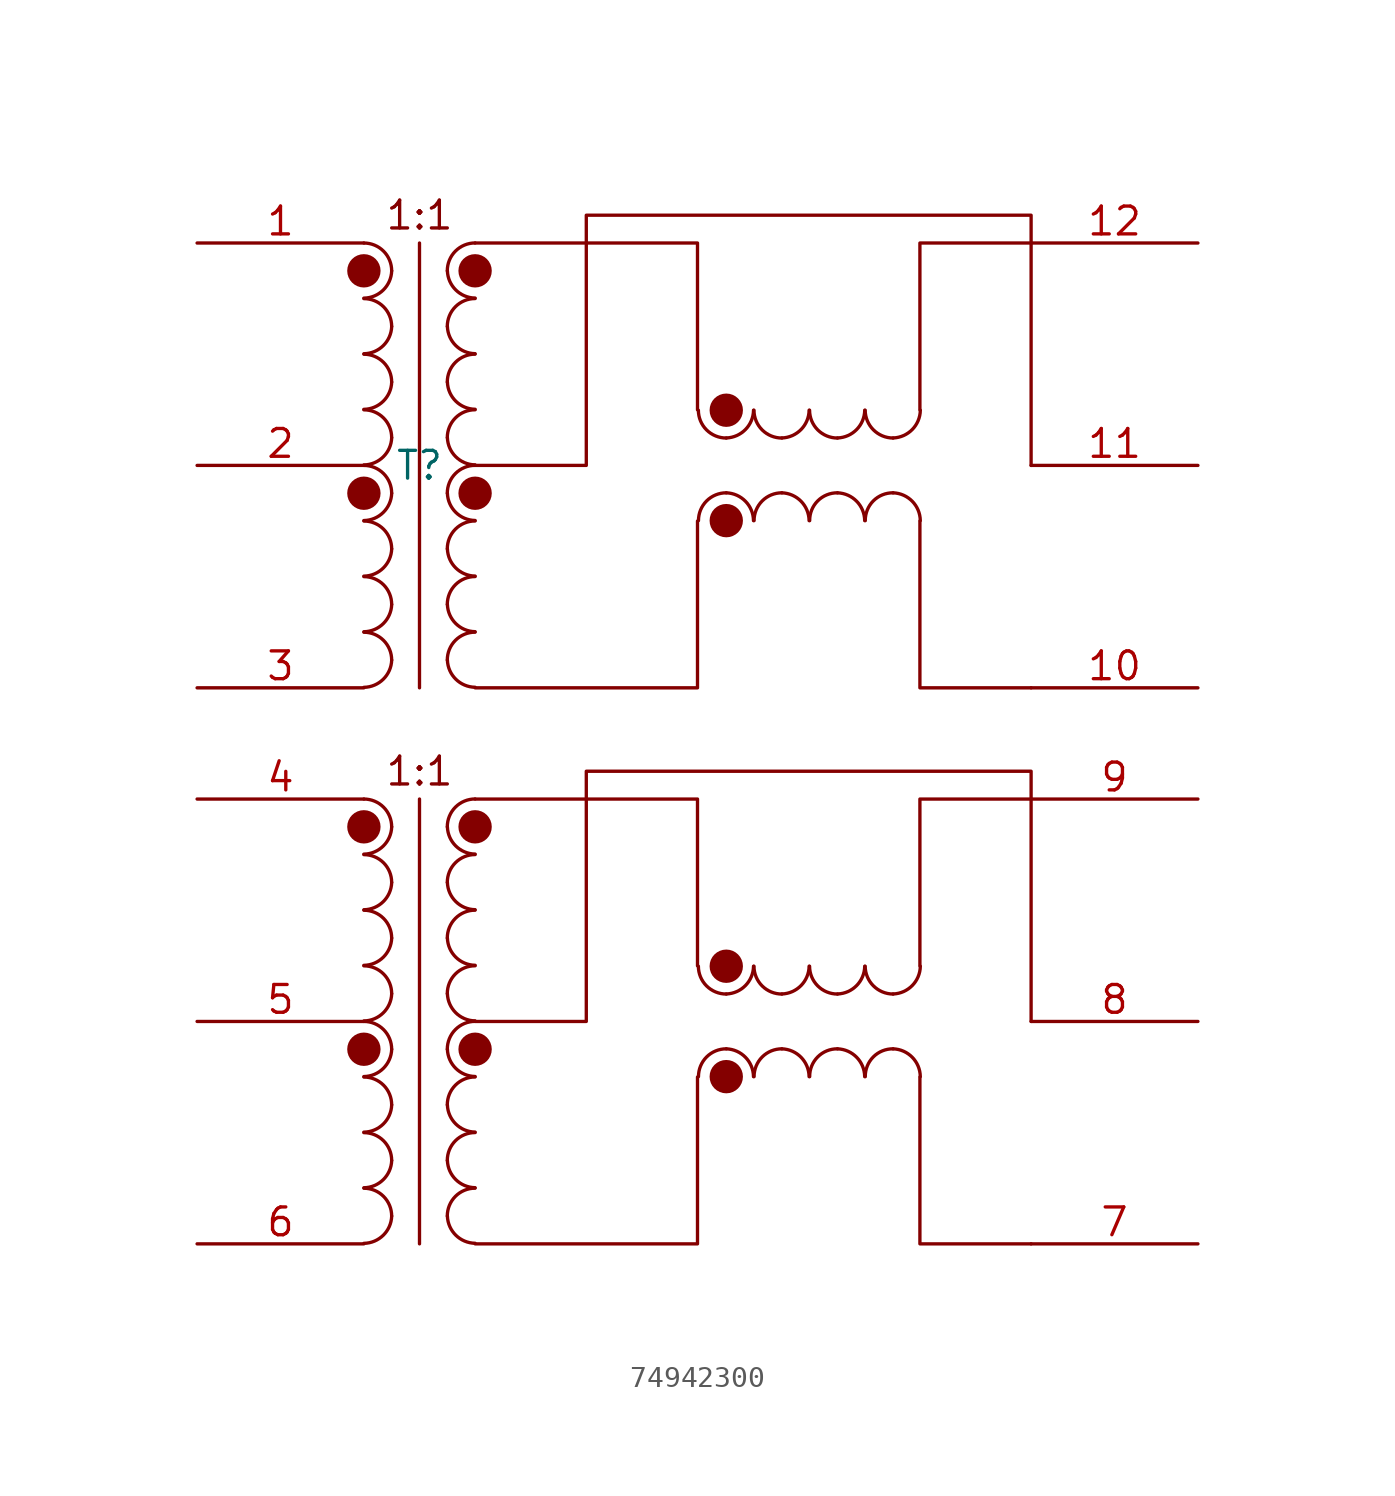
<source format=kicad_sym>
(kicad_symbol_lib
  (version 20220914)
  (generator kicad_symbol_editor)
  (symbol "74942300"
    (pin_names hide)
    (property "Reference" "T"
      (at 0 12.7 0)
      (effects (font (size 1.27 1.27))))
    (property "Critical Parameter" ""
      (at 0 -3.81 0)
      (effects (font (size 1.27 1.27)) (justify left)))
    (symbol "74942300_0_1"
      (arc (start -2.54 -22.8346) (mid -1.6561 -22.4663) (end -1.27 -21.59) (stroke (width 0) (type default)) (fill (type none)))
      (arc (start -2.54 -20.2946) (mid -1.6561 -19.9263) (end -1.27 -19.05) (stroke (width 0) (type default)) (fill (type none)))
      (arc (start -2.54 -17.7546) (mid -1.6561 -17.3863) (end -1.27 -16.51) (stroke (width 0) (type default)) (fill (type none)))
      (arc (start -2.54 -15.2146) (mid -1.6561 -14.8463) (end -1.27 -13.97) (stroke (width 0) (type default)) (fill (type none)))
      (arc (start -2.54 -12.6746) (mid -1.6561 -12.3063) (end -1.27 -11.43) (stroke (width 0) (type default)) (fill (type none)))
      (arc (start -2.54 -10.1346) (mid -1.6561 -9.7663) (end -1.27 -8.89) (stroke (width 0) (type default)) (fill (type none)))
      (arc (start -2.54 -7.5946) (mid -1.6561 -7.2263) (end -1.27 -6.35) (stroke (width 0) (type default)) (fill (type none)))
      (arc (start -2.54 -5.0546) (mid -1.6561 -4.6863) (end -1.27 -3.81) (stroke (width 0) (type default)) (fill (type none)))
      (arc (start -2.54 2.5654) (mid -1.6561 2.9337) (end -1.27 3.81) (stroke (width 0) (type default)) (fill (type none)))
      (arc (start -2.54 5.1054) (mid -1.6561 5.4737) (end -1.27 6.35) (stroke (width 0) (type default)) (fill (type none)))
      (arc (start -2.54 7.6454) (mid -1.6561 8.0137) (end -1.27 8.89) (stroke (width 0) (type default)) (fill (type none)))
      (arc (start -2.54 10.1854) (mid -1.6561 10.5537) (end -1.27 11.43) (stroke (width 0) (type default)) (fill (type none)))
      (arc (start -2.54 12.7254) (mid -1.6561 13.0937) (end -1.27 13.97) (stroke (width 0) (type default)) (fill (type none)))
      (arc (start -2.54 15.2654) (mid -1.6561 15.6337) (end -1.27 16.51) (stroke (width 0) (type default)) (fill (type none)))
      (arc (start -2.54 17.8054) (mid -1.6561 18.1737) (end -1.27 19.05) (stroke (width 0) (type default)) (fill (type none)))
      (arc (start -2.54 20.3454) (mid -1.6561 20.7137) (end -1.27 21.59) (stroke (width 0) (type default)) (fill (type none)))
      (arc (start -1.27 -21.59) (mid -1.642 -20.692) (end -2.54 -20.32) (stroke (width 0) (type default)) (fill (type none)))
      (arc (start -1.27 -19.05) (mid -1.642 -18.152) (end -2.54 -17.78) (stroke (width 0) (type default)) (fill (type none)))
      (arc (start -1.27 -16.51) (mid -1.642 -15.612) (end -2.54 -15.24) (stroke (width 0) (type default)) (fill (type none)))
      (arc (start -1.27 -13.97) (mid -1.642 -13.072) (end -2.54 -12.7) (stroke (width 0) (type default)) (fill (type none)))
      (arc (start -1.27 -11.43) (mid -1.642 -10.532) (end -2.54 -10.16) (stroke (width 0) (type default)) (fill (type none)))
      (arc (start -1.27 -8.89) (mid -1.642 -7.992) (end -2.54 -7.62) (stroke (width 0) (type default)) (fill (type none)))
      (arc (start -1.27 -6.35) (mid -1.642 -5.452) (end -2.54 -5.08) (stroke (width 0) (type default)) (fill (type none)))
      (arc (start -1.27 -3.81) (mid -1.642 -2.912) (end -2.54 -2.54) (stroke (width 0) (type default)) (fill (type none)))
      (arc (start -1.27 3.81) (mid -1.642 4.708) (end -2.54 5.08) (stroke (width 0) (type default)) (fill (type none)))
      (arc (start -1.27 6.35) (mid -1.642 7.248) (end -2.54 7.62) (stroke (width 0) (type default)) (fill (type none)))
      (arc (start -1.27 8.89) (mid -1.642 9.788) (end -2.54 10.16) (stroke (width 0) (type default)) (fill (type none)))
      (arc (start -1.27 11.43) (mid -1.642 12.328) (end -2.54 12.7) (stroke (width 0) (type default)) (fill (type none)))
      (arc (start -1.27 13.97) (mid -1.642 14.868) (end -2.54 15.24) (stroke (width 0) (type default)) (fill (type none)))
      (arc (start -1.27 16.51) (mid -1.642 17.408) (end -2.54 17.78) (stroke (width 0) (type default)) (fill (type none)))
      (arc (start -1.27 19.05) (mid -1.642 19.948) (end -2.54 20.32) (stroke (width 0) (type default)) (fill (type none)))
      (arc (start -1.27 21.59) (mid -1.642 22.488) (end -2.54 22.86) (stroke (width 0) (type default)) (fill (type none)))
      (polyline (pts (xy 0 -22.86) (xy 0 -2.54)) (stroke (width 0) (type default)) (fill (type none)))
      (polyline (pts (xy 0 2.54) (xy 0 22.86)) (stroke (width 0) (type default)) (fill (type none)))
      (polyline (pts (xy 2.54 -22.86) (xy 12.7 -22.86) (xy 12.7 -15.24)) (stroke (width 0) (type default)) (fill (type none)))
      (polyline (pts (xy 2.54 -2.54) (xy 12.7 -2.54) (xy 12.7 -10.16)) (stroke (width 0) (type default)) (fill (type none)))
      (polyline (pts (xy 2.54 2.54) (xy 12.7 2.54) (xy 12.7 10.16)) (stroke (width 0) (type default)) (fill (type none)))
      (polyline (pts (xy 2.54 22.86) (xy 12.7 22.86) (xy 12.7 15.24)) (stroke (width 0) (type default)) (fill (type none)))
      (polyline (pts (xy 22.86 -15.24) (xy 22.86 -22.86) (xy 27.94 -22.86)) (stroke (width 0) (type default)) (fill (type none)))
      (polyline (pts (xy 22.86 -10.16) (xy 22.86 -2.54) (xy 27.94 -2.54)) (stroke (width 0) (type default)) (fill (type none)))
      (polyline (pts (xy 22.86 10.16) (xy 22.86 2.54) (xy 27.94 2.54)) (stroke (width 0) (type default)) (fill (type none)))
      (polyline (pts (xy 22.86 15.24) (xy 22.86 22.86) (xy 27.94 22.86)) (stroke (width 0) (type default)) (fill (type none)))
      (polyline (pts (xy 2.54 -12.7) (xy 7.62 -12.7) (xy 7.62 -1.27) (xy 27.94 -1.27) (xy 27.94 -12.7)) (stroke (width 0) (type default)) (fill (type none)))
      (polyline (pts (xy 2.54 12.7) (xy 7.62 12.7) (xy 7.62 24.13) (xy 27.94 24.13) (xy 27.94 12.7)) (stroke (width 0) (type default)) (fill (type none)))
      (arc (start 1.27 -21.59) (mid 1.6561 -22.4663) (end 2.54 -22.8346) (stroke (width 0) (type default)) (fill (type none)))
      (arc (start 1.27 -19.05) (mid 1.6561 -19.9263) (end 2.54 -20.2946) (stroke (width 0) (type default)) (fill (type none)))
      (arc (start 1.27 -16.51) (mid 1.6561 -17.3863) (end 2.54 -17.7546) (stroke (width 0) (type default)) (fill (type none)))
      (arc (start 1.27 -13.97) (mid 1.6561 -14.8463) (end 2.54 -15.2146) (stroke (width 0) (type default)) (fill (type none)))
      (arc (start 1.27 -11.43) (mid 1.6561 -12.3063) (end 2.54 -12.6746) (stroke (width 0) (type default)) (fill (type none)))
      (arc (start 1.27 -8.89) (mid 1.6561 -9.7663) (end 2.54 -10.1346) (stroke (width 0) (type default)) (fill (type none)))
      (arc (start 1.27 -6.35) (mid 1.6561 -7.2263) (end 2.54 -7.5946) (stroke (width 0) (type default)) (fill (type none)))
      (arc (start 1.27 -3.81) (mid 1.6561 -4.6863) (end 2.54 -5.0546) (stroke (width 0) (type default)) (fill (type none)))
      (arc (start 1.27 3.81) (mid 1.6561 2.9337) (end 2.54 2.5654) (stroke (width 0) (type default)) (fill (type none)))
      (arc (start 1.27 6.35) (mid 1.6561 5.4737) (end 2.54 5.1054) (stroke (width 0) (type default)) (fill (type none)))
      (arc (start 1.27 8.89) (mid 1.6561 8.0137) (end 2.54 7.6454) (stroke (width 0) (type default)) (fill (type none)))
      (arc (start 1.27 11.43) (mid 1.6561 10.5537) (end 2.54 10.1854) (stroke (width 0) (type default)) (fill (type none)))
      (arc (start 1.27 13.97) (mid 1.6561 13.0937) (end 2.54 12.7254) (stroke (width 0) (type default)) (fill (type none)))
      (arc (start 1.27 16.51) (mid 1.6561 15.6337) (end 2.54 15.2654) (stroke (width 0) (type default)) (fill (type none)))
      (arc (start 1.27 19.05) (mid 1.6561 18.1737) (end 2.54 17.8054) (stroke (width 0) (type default)) (fill (type none)))
      (arc (start 1.27 21.59) (mid 1.6561 20.7137) (end 2.54 20.3454) (stroke (width 0) (type default)) (fill (type none)))
      (arc (start 2.54 -20.32) (mid 1.642 -20.692) (end 1.27 -21.59) (stroke (width 0) (type default)) (fill (type none)))
      (arc (start 2.54 -17.78) (mid 1.642 -18.152) (end 1.27 -19.05) (stroke (width 0) (type default)) (fill (type none)))
      (arc (start 2.54 -15.24) (mid 1.642 -15.612) (end 1.27 -16.51) (stroke (width 0) (type default)) (fill (type none)))
      (arc (start 2.54 -12.7) (mid 1.642 -13.072) (end 1.27 -13.97) (stroke (width 0) (type default)) (fill (type none)))
      (arc (start 2.54 -10.16) (mid 1.642 -10.532) (end 1.27 -11.43) (stroke (width 0) (type default)) (fill (type none)))
      (arc (start 2.54 -7.62) (mid 1.642 -7.992) (end 1.27 -8.89) (stroke (width 0) (type default)) (fill (type none)))
      (arc (start 2.54 -5.08) (mid 1.642 -5.452) (end 1.27 -6.35) (stroke (width 0) (type default)) (fill (type none)))
      (arc (start 2.54 -2.54) (mid 1.642 -2.912) (end 1.27 -3.81) (stroke (width 0) (type default)) (fill (type none)))
      (arc (start 2.54 5.08) (mid 1.642 4.708) (end 1.27 3.81) (stroke (width 0) (type default)) (fill (type none)))
      (arc (start 2.54 7.62) (mid 1.642 7.248) (end 1.27 6.35) (stroke (width 0) (type default)) (fill (type none)))
      (arc (start 2.54 10.16) (mid 1.642 9.788) (end 1.27 8.89) (stroke (width 0) (type default)) (fill (type none)))
      (arc (start 2.54 12.7) (mid 1.642 12.328) (end 1.27 11.43) (stroke (width 0) (type default)) (fill (type none)))
      (arc (start 2.54 15.24) (mid 1.642 14.868) (end 1.27 13.97) (stroke (width 0) (type default)) (fill (type none)))
      (arc (start 2.54 17.78) (mid 1.642 17.408) (end 1.27 16.51) (stroke (width 0) (type default)) (fill (type none)))
      (arc (start 2.54 20.32) (mid 1.642 19.948) (end 1.27 19.05) (stroke (width 0) (type default)) (fill (type none)))
      (arc (start 2.54 22.86) (mid 1.642 22.488) (end 1.27 21.59) (stroke (width 0) (type default)) (fill (type none)))
      (arc (start 12.7445 -10.1785) (mid 13.1166 -11.0764) (end 14.0145 -11.4485) (stroke (width 0) (type default)) (fill (type none)))
      (arc (start 12.7445 15.2215) (mid 13.1166 14.3236) (end 14.0145 13.9515) (stroke (width 0) (type default)) (fill (type none)))
      (arc (start 14.0145 -13.9515) (mid 13.1166 -14.3236) (end 12.7445 -15.2215) (stroke (width 0) (type default)) (fill (type none)))
      (arc (start 14.0145 -11.4485) (mid 14.8908 -11.0624) (end 15.2591 -10.1785) (stroke (width 0) (type default)) (fill (type none)))
      (arc (start 14.0145 11.4485) (mid 13.1166 11.0764) (end 12.7445 10.1785) (stroke (width 0) (type default)) (fill (type none)))
      (arc (start 14.0145 13.9515) (mid 14.8908 14.3376) (end 15.2591 15.2215) (stroke (width 0) (type default)) (fill (type none)))
      (arc (start 15.2591 -15.2215) (mid 14.8908 -14.3376) (end 14.0145 -13.9515) (stroke (width 0) (type default)) (fill (type none)))
      (arc (start 15.2591 10.1785) (mid 14.8908 11.0624) (end 14.0145 11.4485) (stroke (width 0) (type default)) (fill (type none)))
      (arc (start 15.2845 -10.1785) (mid 15.6566 -11.0764) (end 16.5545 -11.4485) (stroke (width 0) (type default)) (fill (type none)))
      (arc (start 15.2845 15.2215) (mid 15.6566 14.3236) (end 16.5545 13.9515) (stroke (width 0) (type default)) (fill (type none)))
      (arc (start 16.5545 -13.9515) (mid 15.6566 -14.3236) (end 15.2845 -15.2215) (stroke (width 0) (type default)) (fill (type none)))
      (arc (start 16.5545 -11.4485) (mid 17.4308 -11.0624) (end 17.7991 -10.1785) (stroke (width 0) (type default)) (fill (type none)))
      (arc (start 16.5545 11.4485) (mid 15.6566 11.0764) (end 15.2845 10.1785) (stroke (width 0) (type default)) (fill (type none)))
      (arc (start 16.5545 13.9515) (mid 17.4308 14.3376) (end 17.7991 15.2215) (stroke (width 0) (type default)) (fill (type none)))
      (arc (start 17.7991 -15.2215) (mid 17.4308 -14.3376) (end 16.5545 -13.9515) (stroke (width 0) (type default)) (fill (type none)))
      (arc (start 17.7991 10.1785) (mid 17.4308 11.0624) (end 16.5545 11.4485) (stroke (width 0) (type default)) (fill (type none)))
      (arc (start 17.8245 -10.1785) (mid 18.1962 -11.0759) (end 19.0945 -11.4485) (stroke (width 0) (type default)) (fill (type none)))
      (arc (start 17.8245 15.2215) (mid 18.1962 14.3241) (end 19.0945 13.9515) (stroke (width 0) (type default)) (fill (type none)))
      (arc (start 19.0945 -13.9515) (mid 18.1941 -14.322) (end 17.8245 -15.2215) (stroke (width 0) (type default)) (fill (type none)))
      (arc (start 19.0945 -11.4485) (mid 19.9708 -11.0624) (end 20.3391 -10.1785) (stroke (width 0) (type default)) (fill (type none)))
      (arc (start 19.0945 11.4485) (mid 18.1941 11.078) (end 17.8245 10.1785) (stroke (width 0) (type default)) (fill (type none)))
      (arc (start 19.0945 13.9515) (mid 19.9708 14.3376) (end 20.3391 15.2215) (stroke (width 0) (type default)) (fill (type none)))
      (arc (start 20.3391 -15.2215) (mid 19.9708 -14.3376) (end 19.0945 -13.9515) (stroke (width 0) (type default)) (fill (type none)))
      (arc (start 20.3391 10.1785) (mid 19.9708 11.0624) (end 19.0945 11.4485) (stroke (width 0) (type default)) (fill (type none)))
      (arc (start 20.3645 -10.1785) (mid 20.7362 -11.0759) (end 21.6345 -11.4485) (stroke (width 0) (type default)) (fill (type none)))
      (arc (start 20.3645 15.2215) (mid 20.7362 14.3241) (end 21.6345 13.9515) (stroke (width 0) (type default)) (fill (type none)))
      (arc (start 21.6345 -13.9515) (mid 20.7341 -14.322) (end 20.3645 -15.2215) (stroke (width 0) (type default)) (fill (type none)))
      (arc (start 21.6345 -11.4485) (mid 22.5108 -11.0624) (end 22.8791 -10.1785) (stroke (width 0) (type default)) (fill (type none)))
      (arc (start 21.6345 11.4485) (mid 20.7341 11.078) (end 20.3645 10.1785) (stroke (width 0) (type default)) (fill (type none)))
      (arc (start 21.6345 13.9515) (mid 22.5108 14.3376) (end 22.8791 15.2215) (stroke (width 0) (type default)) (fill (type none)))
      (arc (start 22.8791 -15.2215) (mid 22.5108 -14.3376) (end 21.6345 -13.9515) (stroke (width 0) (type default)) (fill (type none)))
      (arc (start 22.8791 10.1785) (mid 22.5108 11.0624) (end 21.6345 11.4485) (stroke (width 0) (type default)) (fill (type none))))
    (symbol "74942300_1_1"
      (circle (center -2.54 -13.97) (radius 0.0001) (stroke (width 0.762) (type default)) (fill (type none)))
      (circle (center -2.54 -3.81) (radius 0.0001) (stroke (width 0.762) (type default)) (fill (type none)))
      (circle (center -2.54 11.43) (radius 0.0001) (stroke (width 0.762) (type default)) (fill (type none)))
      (circle (center -2.54 21.59) (radius 0.0001) (stroke (width 0.762) (type default)) (fill (type none)))
      (circle (center 2.54 -13.97) (radius 0.0001) (stroke (width 0.762) (type default)) (fill (type none)))
      (circle (center 2.54 -3.81) (radius 0.0001) (stroke (width 0.762) (type default)) (fill (type none)))
      (circle (center 2.54 11.43) (radius 0.0001) (stroke (width 0.762) (type default)) (fill (type none)))
      (circle (center 2.54 21.59) (radius 0.0001) (stroke (width 0.762) (type default)) (fill (type none)))
      (circle (center 14.014 -15.222) (radius 0.0001) (stroke (width 0.762) (type default)) (fill (type none)))
      (circle (center 14.014 -10.178) (radius 0.0001) (stroke (width 0.762) (type default)) (fill (type none)))
      (circle (center 14.014 10.178) (radius 0.0001) (stroke (width 0.762) (type default)) (fill (type none)))
      (circle (center 14.014 15.222) (radius 0.0001) (stroke (width 0.762) (type default)) (fill (type none)))
      (text "1:1" (at 0 -1.27 0) (effects (font (size 1.27 1.27))))
      (text "1:1" (at 0 24.13 0) (effects (font (size 1.27 1.27))))
      (pin passive line (at -10.16 22.86 0) (length 7.62) (name "1" (effects (font (size 1.27 1.27)))) (number "1" (effects (font (size 1.27 1.27)))))
      (pin passive line (at 35.56 2.54 180) (length 7.62) (name "10" (effects (font (size 1.27 1.27)))) (number "10" (effects (font (size 1.27 1.27)))))
      (pin passive line (at 35.56 12.7 180) (length 7.62) (name "11" (effects (font (size 1.27 1.27)))) (number "11" (effects (font (size 1.27 1.27)))))
      (pin passive line (at 35.56 22.86 180) (length 7.62) (name "12" (effects (font (size 1.27 1.27)))) (number "12" (effects (font (size 1.27 1.27)))))
      (pin passive line (at -10.16 12.7 0) (length 7.62) (name "2" (effects (font (size 1.27 1.27)))) (number "2" (effects (font (size 1.27 1.27)))))
      (pin passive line (at -10.16 2.54 0) (length 7.62) (name "3" (effects (font (size 1.27 1.27)))) (number "3" (effects (font (size 1.27 1.27)))))
      (pin passive line (at -10.16 -2.54 0) (length 7.62) (name "4" (effects (font (size 1.27 1.27)))) (number "4" (effects (font (size 1.27 1.27)))))
      (pin passive line (at -10.16 -12.7 0) (length 7.62) (name "5" (effects (font (size 1.27 1.27)))) (number "5" (effects (font (size 1.27 1.27)))))
      (pin passive line (at -10.16 -22.86 0) (length 7.62) (name "6" (effects (font (size 1.27 1.27)))) (number "6" (effects (font (size 1.27 1.27)))))
      (pin passive line (at 35.56 -22.86 180) (length 7.62) (name "7" (effects (font (size 1.27 1.27)))) (number "7" (effects (font (size 1.27 1.27)))))
      (pin passive line (at 35.56 -12.7 180) (length 7.62) (name "8" (effects (font (size 1.27 1.27)))) (number "8" (effects (font (size 1.27 1.27)))))
      (pin passive line (at 35.56 -2.54 180) (length 7.62) (name "9" (effects (font (size 1.27 1.27)))) (number "9" (effects (font (size 1.27 1.27))))))))
</source>
